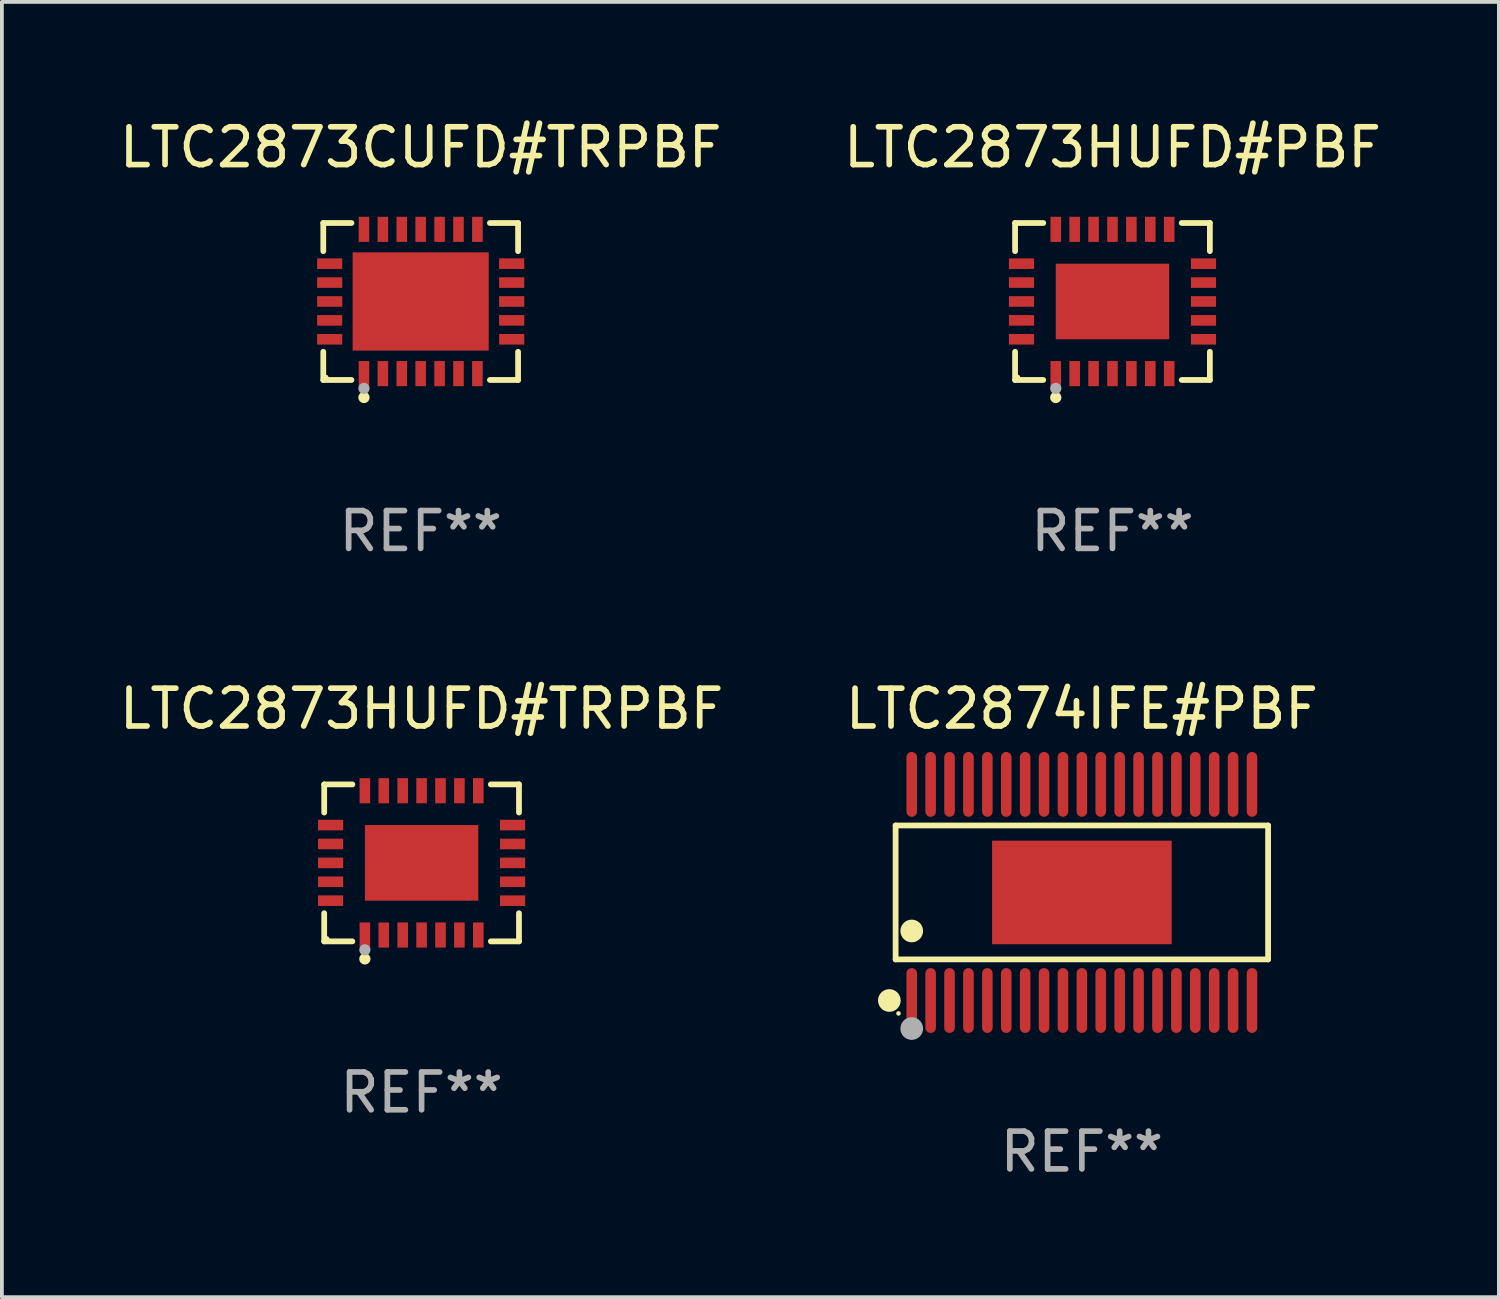
<source format=kicad_pcb>
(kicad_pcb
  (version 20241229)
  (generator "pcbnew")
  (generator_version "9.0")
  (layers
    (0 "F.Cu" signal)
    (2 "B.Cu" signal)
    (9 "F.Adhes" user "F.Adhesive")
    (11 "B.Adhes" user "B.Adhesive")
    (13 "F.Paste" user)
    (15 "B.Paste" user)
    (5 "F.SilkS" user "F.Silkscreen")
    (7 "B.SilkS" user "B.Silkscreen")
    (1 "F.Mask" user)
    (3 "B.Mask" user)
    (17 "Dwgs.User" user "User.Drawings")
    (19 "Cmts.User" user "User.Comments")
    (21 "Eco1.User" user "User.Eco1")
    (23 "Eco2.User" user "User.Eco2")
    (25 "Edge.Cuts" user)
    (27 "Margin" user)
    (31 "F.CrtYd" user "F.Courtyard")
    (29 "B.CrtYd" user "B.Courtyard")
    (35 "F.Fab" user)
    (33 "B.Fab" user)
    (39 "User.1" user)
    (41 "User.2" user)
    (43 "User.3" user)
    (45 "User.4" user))
  (footprint "LTC2873HUFD#PBF"
    (layer "F.Cu")
    (at 26.375 4.924)
    (property "Reference" "LTC2873HUFD#PBF" (at 0 -4.076 0) (layer "F.SilkS") (effects (font (size 1 1) (thickness 0.15))))
    (attr through_hole)
    (fp_line (start -2.576 -2.076) (end -1.831 -2.076) (stroke (width 0.152) (type solid)) (layer "F.SilkS"))
    (fp_line (start -2.576 -1.331) (end -2.576 -2.076) (stroke (width 0.152) (type solid)) (layer "F.SilkS"))
    (fp_line (start -2.576 1.331) (end -2.576 2.076) (stroke (width 0.152) (type solid)) (layer "F.SilkS"))
    (fp_line (start -2.576 2.076) (end -1.831 2.076) (stroke (width 0.152) (type solid)) (layer "F.SilkS"))
    (fp_line (start 2.576 -2.076) (end 1.831 -2.076) (stroke (width 0.152) (type solid)) (layer "F.SilkS"))
    (fp_line (start 2.576 -1.331) (end 2.576 -2.076) (stroke (width 0.152) (type solid)) (layer "F.SilkS"))
    (fp_line (start 2.576 1.331) (end 2.576 2.076) (stroke (width 0.152) (type solid)) (layer "F.SilkS"))
    (fp_line (start 2.576 2.076) (end 1.831 2.076) (stroke (width 0.152) (type solid)) (layer "F.SilkS"))
    (fp_circle (center -2.5 2) (end -2.47 2) (stroke (width 0.06) (type solid)) (fill no) (layer "F.SilkS"))
    (fp_circle (center -1.5 2.54) (end -1.425 2.54) (stroke (width 0.15) (type solid)) (fill no) (layer "F.SilkS"))
    (fp_circle (center -1.5 2.3) (end -1.425 2.3) (stroke (width 0.15) (type solid)) (fill no) (layer "F.Fab"))
    (fp_text user "REF**" (at 0 6.076 0) (layer "F.Fab") (effects (font (size 1 1) (thickness 0.15))))
    (pad "1" smd rect (at -1.5 1.908) (size 0.28 0.665) (layers "F.Cu" "F.Mask" "F.Paste"))
    (pad "2" smd rect (at -1 1.908) (size 0.28 0.665) (layers "F.Cu" "F.Mask" "F.Paste"))
    (pad "3" smd rect (at -0.5 1.908) (size 0.28 0.665) (layers "F.Cu" "F.Mask" "F.Paste"))
    (pad "4" smd rect (at 0 1.908) (size 0.28 0.665) (layers "F.Cu" "F.Mask" "F.Paste"))
    (pad "5" smd rect (at 0.5 1.908) (size 0.28 0.665) (layers "F.Cu" "F.Mask" "F.Paste"))
    (pad "6" smd rect (at 1 1.908) (size 0.28 0.665) (layers "F.Cu" "F.Mask" "F.Paste"))
    (pad "7" smd rect (at 1.5 1.908) (size 0.28 0.665) (layers "F.Cu" "F.Mask" "F.Paste"))
    (pad "8" smd rect (at 2.407 1) (size 0.665 0.28) (layers "F.Cu" "F.Mask" "F.Paste"))
    (pad "9" smd rect (at 2.407 0.5) (size 0.665 0.28) (layers "F.Cu" "F.Mask" "F.Paste"))
    (pad "10" smd rect (at 2.407 0) (size 0.665 0.28) (layers "F.Cu" "F.Mask" "F.Paste"))
    (pad "11" smd rect (at 2.407 -0.5) (size 0.665 0.28) (layers "F.Cu" "F.Mask" "F.Paste"))
    (pad "12" smd rect (at 2.407 -1) (size 0.665 0.28) (layers "F.Cu" "F.Mask" "F.Paste"))
    (pad "13" smd rect (at 1.5 -1.908) (size 0.28 0.665) (layers "F.Cu" "F.Mask" "F.Paste"))
    (pad "14" smd rect (at 1 -1.908) (size 0.28 0.665) (layers "F.Cu" "F.Mask" "F.Paste"))
    (pad "15" smd rect (at 0.5 -1.908) (size 0.28 0.665) (layers "F.Cu" "F.Mask" "F.Paste"))
    (pad "16" smd rect (at 0 -1.908) (size 0.28 0.665) (layers "F.Cu" "F.Mask" "F.Paste"))
    (pad "17" smd rect (at -0.5 -1.908) (size 0.28 0.665) (layers "F.Cu" "F.Mask" "F.Paste"))
    (pad "18" smd rect (at -1 -1.908) (size 0.28 0.665) (layers "F.Cu" "F.Mask" "F.Paste"))
    (pad "19" smd rect (at -1.5 -1.908) (size 0.28 0.665) (layers "F.Cu" "F.Mask" "F.Paste"))
    (pad "20" smd rect (at -2.407 -1) (size 0.665 0.28) (layers "F.Cu" "F.Mask" "F.Paste"))
    (pad "21" smd rect (at -2.407 -0.5) (size 0.665 0.28) (layers "F.Cu" "F.Mask" "F.Paste"))
    (pad "22" smd rect (at -2.407 0) (size 0.665 0.28) (layers "F.Cu" "F.Mask" "F.Paste"))
    (pad "23" smd rect (at -2.407 0.5) (size 0.665 0.28) (layers "F.Cu" "F.Mask" "F.Paste"))
    (pad "24" smd rect (at -2.407 1) (size 0.665 0.28) (layers "F.Cu" "F.Mask" "F.Paste"))
    (pad "25" smd rect (at 0 0) (size 3 2) (layers "F.Cu" "F.Mask" "F.Paste")))
  (footprint "LTC2873HUFD#TRPBF"
    (layer "F.Cu")
    (at 8.101 19.773)
    (property "Reference" "LTC2873HUFD#TRPBF" (at 0 -4.076 0) (layer "F.SilkS") (effects (font (size 1 1) (thickness 0.15))))
    (attr through_hole)
    (fp_line (start -2.576 -2.076) (end -1.831 -2.076) (stroke (width 0.152) (type solid)) (layer "F.SilkS"))
    (fp_line (start -2.576 -1.331) (end -2.576 -2.076) (stroke (width 0.152) (type solid)) (layer "F.SilkS"))
    (fp_line (start -2.576 1.331) (end -2.576 2.076) (stroke (width 0.152) (type solid)) (layer "F.SilkS"))
    (fp_line (start -2.576 2.076) (end -1.831 2.076) (stroke (width 0.152) (type solid)) (layer "F.SilkS"))
    (fp_line (start 2.576 -2.076) (end 1.831 -2.076) (stroke (width 0.152) (type solid)) (layer "F.SilkS"))
    (fp_line (start 2.576 -1.331) (end 2.576 -2.076) (stroke (width 0.152) (type solid)) (layer "F.SilkS"))
    (fp_line (start 2.576 1.331) (end 2.576 2.076) (stroke (width 0.152) (type solid)) (layer "F.SilkS"))
    (fp_line (start 2.576 2.076) (end 1.831 2.076) (stroke (width 0.152) (type solid)) (layer "F.SilkS"))
    (fp_circle (center -2.5 2) (end -2.47 2) (stroke (width 0.06) (type solid)) (fill no) (layer "F.SilkS"))
    (fp_circle (center -1.5 2.54) (end -1.425 2.54) (stroke (width 0.15) (type solid)) (fill no) (layer "F.SilkS"))
    (fp_circle (center -1.5 2.3) (end -1.425 2.3) (stroke (width 0.15) (type solid)) (fill no) (layer "F.Fab"))
    (fp_text user "REF**" (at 0 6.076 0) (layer "F.Fab") (effects (font (size 1 1) (thickness 0.15))))
    (pad "1" smd rect (at -1.5 1.908) (size 0.28 0.665) (layers "F.Cu" "F.Mask" "F.Paste"))
    (pad "2" smd rect (at -1 1.908) (size 0.28 0.665) (layers "F.Cu" "F.Mask" "F.Paste"))
    (pad "3" smd rect (at -0.5 1.908) (size 0.28 0.665) (layers "F.Cu" "F.Mask" "F.Paste"))
    (pad "4" smd rect (at 0 1.908) (size 0.28 0.665) (layers "F.Cu" "F.Mask" "F.Paste"))
    (pad "5" smd rect (at 0.5 1.908) (size 0.28 0.665) (layers "F.Cu" "F.Mask" "F.Paste"))
    (pad "6" smd rect (at 1 1.908) (size 0.28 0.665) (layers "F.Cu" "F.Mask" "F.Paste"))
    (pad "7" smd rect (at 1.5 1.908) (size 0.28 0.665) (layers "F.Cu" "F.Mask" "F.Paste"))
    (pad "8" smd rect (at 2.407 1) (size 0.665 0.28) (layers "F.Cu" "F.Mask" "F.Paste"))
    (pad "9" smd rect (at 2.407 0.5) (size 0.665 0.28) (layers "F.Cu" "F.Mask" "F.Paste"))
    (pad "10" smd rect (at 2.407 0) (size 0.665 0.28) (layers "F.Cu" "F.Mask" "F.Paste"))
    (pad "11" smd rect (at 2.407 -0.5) (size 0.665 0.28) (layers "F.Cu" "F.Mask" "F.Paste"))
    (pad "12" smd rect (at 2.407 -1) (size 0.665 0.28) (layers "F.Cu" "F.Mask" "F.Paste"))
    (pad "13" smd rect (at 1.5 -1.908) (size 0.28 0.665) (layers "F.Cu" "F.Mask" "F.Paste"))
    (pad "14" smd rect (at 1 -1.908) (size 0.28 0.665) (layers "F.Cu" "F.Mask" "F.Paste"))
    (pad "15" smd rect (at 0.5 -1.908) (size 0.28 0.665) (layers "F.Cu" "F.Mask" "F.Paste"))
    (pad "16" smd rect (at 0 -1.908) (size 0.28 0.665) (layers "F.Cu" "F.Mask" "F.Paste"))
    (pad "17" smd rect (at -0.5 -1.908) (size 0.28 0.665) (layers "F.Cu" "F.Mask" "F.Paste"))
    (pad "18" smd rect (at -1 -1.908) (size 0.28 0.665) (layers "F.Cu" "F.Mask" "F.Paste"))
    (pad "19" smd rect (at -1.5 -1.908) (size 0.28 0.665) (layers "F.Cu" "F.Mask" "F.Paste"))
    (pad "20" smd rect (at -2.407 -1) (size 0.665 0.28) (layers "F.Cu" "F.Mask" "F.Paste"))
    (pad "21" smd rect (at -2.407 -0.5) (size 0.665 0.28) (layers "F.Cu" "F.Mask" "F.Paste"))
    (pad "22" smd rect (at -2.407 0) (size 0.665 0.28) (layers "F.Cu" "F.Mask" "F.Paste"))
    (pad "23" smd rect (at -2.407 0.5) (size 0.665 0.28) (layers "F.Cu" "F.Mask" "F.Paste"))
    (pad "24" smd rect (at -2.407 1) (size 0.665 0.28) (layers "F.Cu" "F.Mask" "F.Paste"))
    (pad "25" smd rect (at 0 0) (size 3 2) (layers "F.Cu" "F.Mask" "F.Paste")))
  (footprint "LTC2873CUFD#TRPBF"
    (layer "F.Cu")
    (at 8.077 4.924)
    (property "Reference" "LTC2873CUFD#TRPBF" (at 0 -4.076 0) (layer "F.SilkS") (effects (font (size 1 1) (thickness 0.15))))
    (attr through_hole)
    (fp_line (start -2.576 -2.076) (end -1.831 -2.076) (stroke (width 0.152) (type solid)) (layer "F.SilkS"))
    (fp_line (start -2.576 -1.331) (end -2.576 -2.076) (stroke (width 0.152) (type solid)) (layer "F.SilkS"))
    (fp_line (start -2.576 1.331) (end -2.576 2.076) (stroke (width 0.152) (type solid)) (layer "F.SilkS"))
    (fp_line (start -2.576 2.076) (end -1.831 2.076) (stroke (width 0.152) (type solid)) (layer "F.SilkS"))
    (fp_line (start 2.576 -2.076) (end 1.831 -2.076) (stroke (width 0.152) (type solid)) (layer "F.SilkS"))
    (fp_line (start 2.576 -1.331) (end 2.576 -2.076) (stroke (width 0.152) (type solid)) (layer "F.SilkS"))
    (fp_line (start 2.576 1.331) (end 2.576 2.076) (stroke (width 0.152) (type solid)) (layer "F.SilkS"))
    (fp_line (start 2.576 2.076) (end 1.831 2.076) (stroke (width 0.152) (type solid)) (layer "F.SilkS"))
    (fp_circle (center -2.5 2) (end -2.47 2) (stroke (width 0.06) (type solid)) (fill no) (layer "F.SilkS"))
    (fp_circle (center -1.5 2.54) (end -1.425 2.54) (stroke (width 0.15) (type solid)) (fill no) (layer "F.SilkS"))
    (fp_circle (center -1.5 2.3) (end -1.425 2.3) (stroke (width 0.15) (type solid)) (fill no) (layer "F.Fab"))
    (fp_text user "REF**" (at 0 6.076 0) (layer "F.Fab") (effects (font (size 1 1) (thickness 0.15))))
    (pad "1" smd rect (at -1.5 1.908) (size 0.28 0.665) (layers "F.Cu" "F.Mask" "F.Paste"))
    (pad "2" smd rect (at -1 1.908) (size 0.28 0.665) (layers "F.Cu" "F.Mask" "F.Paste"))
    (pad "3" smd rect (at -0.5 1.908) (size 0.28 0.665) (layers "F.Cu" "F.Mask" "F.Paste"))
    (pad "4" smd rect (at 0 1.908) (size 0.28 0.665) (layers "F.Cu" "F.Mask" "F.Paste"))
    (pad "5" smd rect (at 0.5 1.908) (size 0.28 0.665) (layers "F.Cu" "F.Mask" "F.Paste"))
    (pad "6" smd rect (at 1 1.908) (size 0.28 0.665) (layers "F.Cu" "F.Mask" "F.Paste"))
    (pad "7" smd rect (at 1.5 1.908) (size 0.28 0.665) (layers "F.Cu" "F.Mask" "F.Paste"))
    (pad "8" smd rect (at 2.407 1) (size 0.665 0.28) (layers "F.Cu" "F.Mask" "F.Paste"))
    (pad "9" smd rect (at 2.407 0.5) (size 0.665 0.28) (layers "F.Cu" "F.Mask" "F.Paste"))
    (pad "10" smd rect (at 2.407 0) (size 0.665 0.28) (layers "F.Cu" "F.Mask" "F.Paste"))
    (pad "11" smd rect (at 2.407 -0.5) (size 0.665 0.28) (layers "F.Cu" "F.Mask" "F.Paste"))
    (pad "12" smd rect (at 2.407 -1) (size 0.665 0.28) (layers "F.Cu" "F.Mask" "F.Paste"))
    (pad "13" smd rect (at 1.5 -1.908) (size 0.28 0.665) (layers "F.Cu" "F.Mask" "F.Paste"))
    (pad "14" smd rect (at 1 -1.908) (size 0.28 0.665) (layers "F.Cu" "F.Mask" "F.Paste"))
    (pad "15" smd rect (at 0.5 -1.908) (size 0.28 0.665) (layers "F.Cu" "F.Mask" "F.Paste"))
    (pad "16" smd rect (at 0 -1.908) (size 0.28 0.665) (layers "F.Cu" "F.Mask" "F.Paste"))
    (pad "17" smd rect (at -0.5 -1.908) (size 0.28 0.665) (layers "F.Cu" "F.Mask" "F.Paste"))
    (pad "18" smd rect (at -1 -1.908) (size 0.28 0.665) (layers "F.Cu" "F.Mask" "F.Paste"))
    (pad "19" smd rect (at -1.5 -1.908) (size 0.28 0.665) (layers "F.Cu" "F.Mask" "F.Paste"))
    (pad "20" smd rect (at -2.407 -1) (size 0.665 0.28) (layers "F.Cu" "F.Mask" "F.Paste"))
    (pad "21" smd rect (at -2.407 -0.5) (size 0.665 0.28) (layers "F.Cu" "F.Mask" "F.Paste"))
    (pad "22" smd rect (at -2.407 0) (size 0.665 0.28) (layers "F.Cu" "F.Mask" "F.Paste"))
    (pad "23" smd rect (at -2.407 0.5) (size 0.665 0.28) (layers "F.Cu" "F.Mask" "F.Paste"))
    (pad "24" smd rect (at -2.407 1) (size 0.665 0.28) (layers "F.Cu" "F.Mask" "F.Paste"))
    (pad "25" smd rect (at 0 0) (size 3.6 2.6) (layers "F.Cu" "F.Mask" "F.Paste")))
  (footprint "LTC2874IFE#PBF"
    (layer "F.Cu")
    (at 25.565 20.555)
    (property "Reference" "LTC2874IFE#PBF" (at 0 -4.858 0) (layer "F.SilkS") (effects (font (size 1 1) (thickness 0.15))))
    (attr through_hole)
    (fp_line (start -4.926 -1.771) (end 4.926 -1.771) (stroke (width 0.152) (type solid)) (layer "F.SilkS"))
    (fp_line (start -4.926 1.771) (end -4.926 -1.771) (stroke (width 0.152) (type solid)) (layer "F.SilkS"))
    (fp_line (start 4.926 -1.771) (end 4.926 1.771) (stroke (width 0.152) (type solid)) (layer "F.SilkS"))
    (fp_line (start 4.926 1.771) (end -4.926 1.771) (stroke (width 0.152) (type solid)) (layer "F.SilkS"))
    (fp_circle (center -5.092 2.858) (end -4.942 2.858) (stroke (width 0.3) (type solid)) (fill no) (layer "F.SilkS"))
    (fp_circle (center -4.85 3.2) (end -4.82 3.2) (stroke (width 0.06) (type solid)) (fill no) (layer "F.SilkS"))
    (fp_circle (center -4.5 1.019) (end -4.35 1.019) (stroke (width 0.3) (type solid)) (fill no) (layer "F.SilkS"))
    (fp_circle (center -4.5 3.6) (end -4.35 3.6) (stroke (width 0.3) (type solid)) (fill no) (layer "F.Fab"))
    (fp_text user "REF**" (at 0 6.858 0) (layer "F.Fab") (effects (font (size 1 1) (thickness 0.15))))
    (pad "1" smd oval (at -4.5 2.858) (size 0.28 1.715) (layers "F.Cu" "F.Mask" "F.Paste"))
    (pad "2" smd oval (at -4 2.858) (size 0.28 1.715) (layers "F.Cu" "F.Mask" "F.Paste"))
    (pad "3" smd oval (at -3.5 2.858) (size 0.28 1.715) (layers "F.Cu" "F.Mask" "F.Paste"))
    (pad "4" smd oval (at -3 2.858) (size 0.28 1.715) (layers "F.Cu" "F.Mask" "F.Paste"))
    (pad "5" smd oval (at -2.5 2.858) (size 0.28 1.715) (layers "F.Cu" "F.Mask" "F.Paste"))
    (pad "6" smd oval (at -2 2.858) (size 0.28 1.715) (layers "F.Cu" "F.Mask" "F.Paste"))
    (pad "7" smd oval (at -1.5 2.858) (size 0.28 1.715) (layers "F.Cu" "F.Mask" "F.Paste"))
    (pad "8" smd oval (at -1 2.858) (size 0.28 1.715) (layers "F.Cu" "F.Mask" "F.Paste"))
    (pad "9" smd oval (at -0.5 2.858) (size 0.28 1.715) (layers "F.Cu" "F.Mask" "F.Paste"))
    (pad "10" smd oval (at 0 2.858) (size 0.28 1.715) (layers "F.Cu" "F.Mask" "F.Paste"))
    (pad "11" smd oval (at 0.5 2.858) (size 0.28 1.715) (layers "F.Cu" "F.Mask" "F.Paste"))
    (pad "12" smd oval (at 1 2.858) (size 0.28 1.715) (layers "F.Cu" "F.Mask" "F.Paste"))
    (pad "13" smd oval (at 1.5 2.858) (size 0.28 1.715) (layers "F.Cu" "F.Mask" "F.Paste"))
    (pad "14" smd oval (at 2 2.858) (size 0.28 1.715) (layers "F.Cu" "F.Mask" "F.Paste"))
    (pad "15" smd oval (at 2.5 2.858) (size 0.28 1.715) (layers "F.Cu" "F.Mask" "F.Paste"))
    (pad "16" smd oval (at 3 2.858) (size 0.28 1.715) (layers "F.Cu" "F.Mask" "F.Paste"))
    (pad "17" smd oval (at 3.5 2.858) (size 0.28 1.715) (layers "F.Cu" "F.Mask" "F.Paste"))
    (pad "18" smd oval (at 4 2.858) (size 0.28 1.715) (layers "F.Cu" "F.Mask" "F.Paste"))
    (pad "19" smd oval (at 4.5 2.858) (size 0.28 1.715) (layers "F.Cu" "F.Mask" "F.Paste"))
    (pad "20" smd oval (at 4.5 -2.858) (size 0.28 1.715) (layers "F.Cu" "F.Mask" "F.Paste"))
    (pad "21" smd oval (at 4 -2.858) (size 0.28 1.715) (layers "F.Cu" "F.Mask" "F.Paste"))
    (pad "22" smd oval (at 3.5 -2.858) (size 0.28 1.715) (layers "F.Cu" "F.Mask" "F.Paste"))
    (pad "23" smd oval (at 3 -2.858) (size 0.28 1.715) (layers "F.Cu" "F.Mask" "F.Paste"))
    (pad "24" smd oval (at 2.5 -2.858) (size 0.28 1.715) (layers "F.Cu" "F.Mask" "F.Paste"))
    (pad "25" smd oval (at 2 -2.858) (size 0.28 1.715) (layers "F.Cu" "F.Mask" "F.Paste"))
    (pad "26" smd oval (at 1.5 -2.858) (size 0.28 1.715) (layers "F.Cu" "F.Mask" "F.Paste"))
    (pad "27" smd oval (at 1 -2.858) (size 0.28 1.715) (layers "F.Cu" "F.Mask" "F.Paste"))
    (pad "28" smd oval (at 0.5 -2.858) (size 0.28 1.715) (layers "F.Cu" "F.Mask" "F.Paste"))
    (pad "29" smd oval (at 0 -2.858) (size 0.28 1.715) (layers "F.Cu" "F.Mask" "F.Paste"))
    (pad "30" smd oval (at -0.5 -2.858) (size 0.28 1.715) (layers "F.Cu" "F.Mask" "F.Paste"))
    (pad "31" smd oval (at -1 -2.858) (size 0.28 1.715) (layers "F.Cu" "F.Mask" "F.Paste"))
    (pad "32" smd oval (at -1.5 -2.858) (size 0.28 1.715) (layers "F.Cu" "F.Mask" "F.Paste"))
    (pad "33" smd oval (at -2 -2.858) (size 0.28 1.715) (layers "F.Cu" "F.Mask" "F.Paste"))
    (pad "34" smd oval (at -2.5 -2.858) (size 0.28 1.715) (layers "F.Cu" "F.Mask" "F.Paste"))
    (pad "35" smd oval (at -3 -2.858) (size 0.28 1.715) (layers "F.Cu" "F.Mask" "F.Paste"))
    (pad "36" smd oval (at -3.5 -2.858) (size 0.28 1.715) (layers "F.Cu" "F.Mask" "F.Paste"))
    (pad "37" smd oval (at -4 -2.858) (size 0.28 1.715) (layers "F.Cu" "F.Mask" "F.Paste"))
    (pad "38" smd oval (at -4.5 -2.858) (size 0.28 1.715) (layers "F.Cu" "F.Mask" "F.Paste"))
    (pad "39" smd rect (at 0.000254 0) (size 4.75 2.74) (layers "F.Cu" "F.Mask" "F.Paste")))
  (gr_rect
    (start -3 -3)
    (end 36.595 31.26)
    (stroke (width 0.1) (type default))
    (fill no)
    (layer "Edge.Cuts")))
</source>
